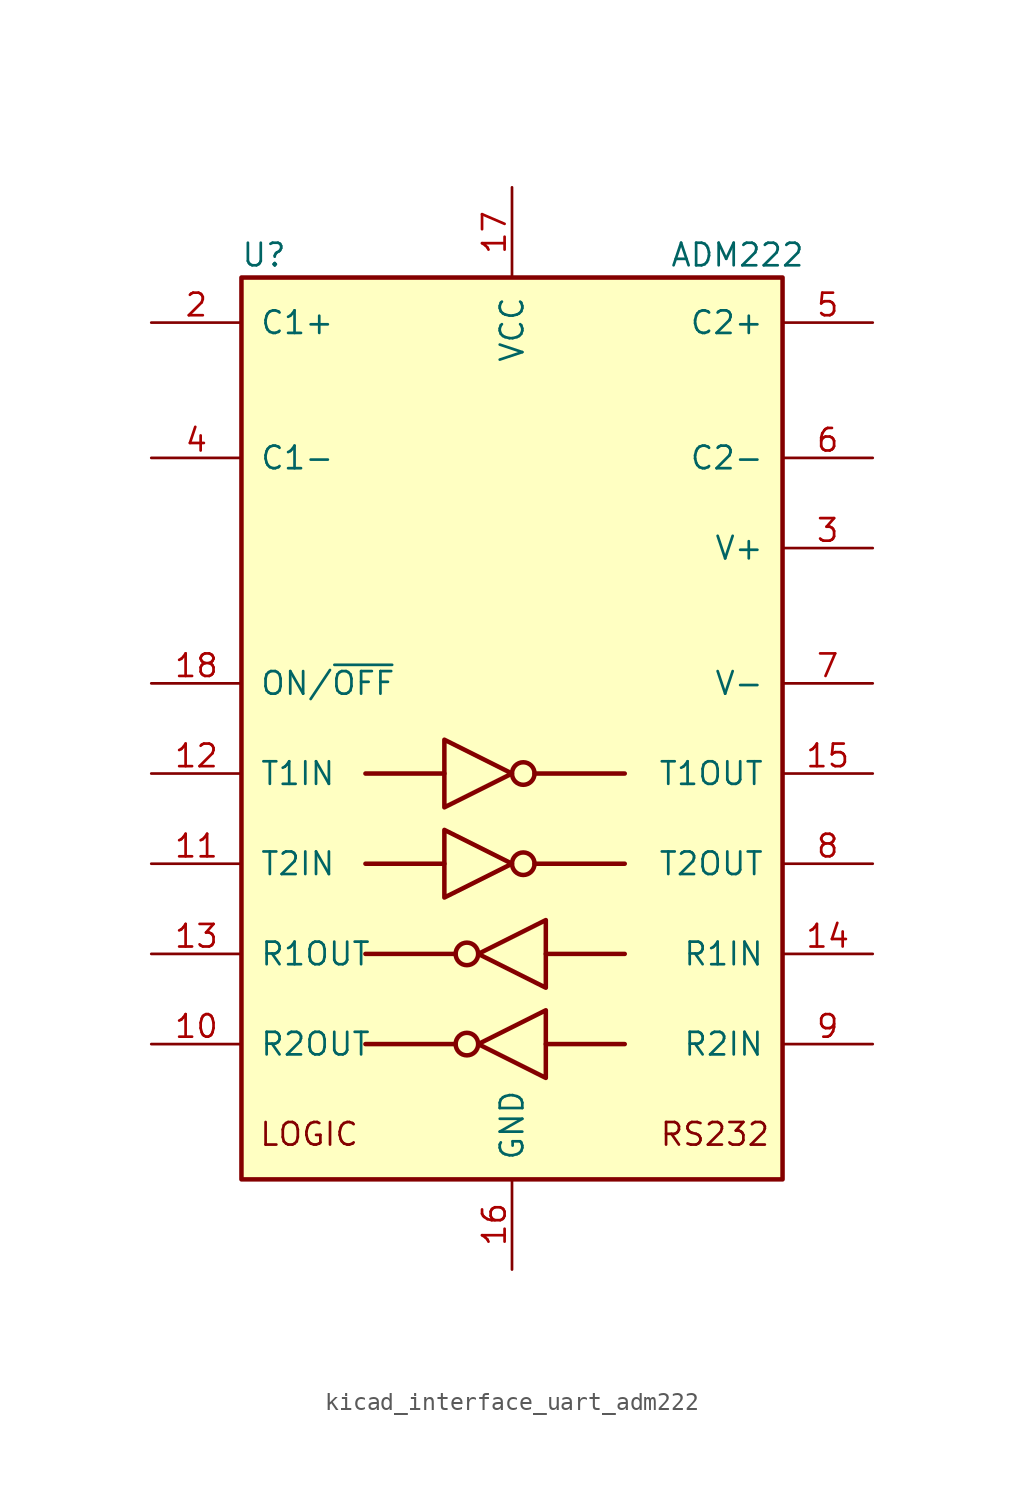
<source format=kicad_sym>
(kicad_symbol_lib
  (version 20220914)
  (generator kicad_symbol_editor)
  (symbol "kicad_interface_uart_adm222"
    (pin_names
      (offset 1.016))
    (property "Reference" "U"
      (at -13.97 26.67 0)
      (effects (font (size 1.27 1.27))))
    (property "Value" "ADM222"
      (at 12.7 26.67 0)
      (effects (font (size 1.27 1.27))))
    (symbol "kicad_interface_uart_adm222_0_0"
      (text "LOGIC" (at -11.43 -22.86 0) (effects (font (size 1.27 1.27))))
      (text "RS232" (at 11.43 -22.86 0) (effects (font (size 1.27 1.27)))))
    (symbol "kicad_interface_uart_adm222_0_1"
      (rectangle (start -15.24 -25.4) (end 15.24 25.4) (stroke (width 0.254) (type default)) (fill (type background)))
      (circle (center -2.54 -17.78) (radius 0.635) (stroke (width 0.254) (type default)) (fill (type none)))
      (circle (center -2.54 -12.7) (radius 0.635) (stroke (width 0.254) (type default)) (fill (type none)))
      (polyline (pts (xy -3.81 -7.62) (xy -8.255 -7.62)) (stroke (width 0.254) (type default)) (fill (type none)))
      (polyline (pts (xy -3.81 -2.54) (xy -8.255 -2.54)) (stroke (width 0.254) (type default)) (fill (type none)))
      (polyline (pts (xy -3.175 -17.78) (xy -8.255 -17.78)) (stroke (width 0.254) (type default)) (fill (type none)))
      (polyline (pts (xy -3.175 -12.7) (xy -8.255 -12.7)) (stroke (width 0.254) (type default)) (fill (type none)))
      (polyline (pts (xy 1.27 -7.62) (xy 6.35 -7.62)) (stroke (width 0.254) (type default)) (fill (type none)))
      (polyline (pts (xy 1.27 -2.54) (xy 6.35 -2.54)) (stroke (width 0.254) (type default)) (fill (type none)))
      (polyline (pts (xy 1.905 -17.78) (xy 6.35 -17.78)) (stroke (width 0.254) (type default)) (fill (type none)))
      (polyline (pts (xy 1.905 -12.7) (xy 6.35 -12.7)) (stroke (width 0.254) (type default)) (fill (type none)))
      (polyline (pts (xy -3.81 -5.715) (xy -3.81 -9.525) (xy 0 -7.62) (xy -3.81 -5.715)) (stroke (width 0.254) (type default)) (fill (type none)))
      (polyline (pts (xy -3.81 -0.635) (xy -3.81 -4.445) (xy 0 -2.54) (xy -3.81 -0.635)) (stroke (width 0.254) (type default)) (fill (type none)))
      (polyline (pts (xy 1.905 -15.875) (xy 1.905 -19.685) (xy -1.905 -17.78) (xy 1.905 -15.875)) (stroke (width 0.254) (type default)) (fill (type none)))
      (polyline (pts (xy 1.905 -10.795) (xy 1.905 -14.605) (xy -1.905 -12.7) (xy 1.905 -10.795)) (stroke (width 0.254) (type default)) (fill (type none)))
      (circle (center 0.635 -7.62) (radius 0.635) (stroke (width 0.254) (type default)) (fill (type none)))
      (circle (center 0.635 -2.54) (radius 0.635) (stroke (width 0.254) (type default)) (fill (type none))))
    (symbol "kicad_interface_uart_adm222_1_1"
      (pin no_connect line (at -15.24 5.08 0) (length 5.08) hide (name "NC" (effects (font (size 1.27 1.27)))) (number "1" (effects (font (size 1.27 1.27)))))
      (pin output line (at -20.32 -17.78 0) (length 5.08) (name "R2OUT" (effects (font (size 1.27 1.27)))) (number "10" (effects (font (size 1.27 1.27)))))
      (pin input line (at -20.32 -7.62 0) (length 5.08) (name "T2IN" (effects (font (size 1.27 1.27)))) (number "11" (effects (font (size 1.27 1.27)))))
      (pin input line (at -20.32 -2.54 0) (length 5.08) (name "T1IN" (effects (font (size 1.27 1.27)))) (number "12" (effects (font (size 1.27 1.27)))))
      (pin output line (at -20.32 -12.7 0) (length 5.08) (name "R1OUT" (effects (font (size 1.27 1.27)))) (number "13" (effects (font (size 1.27 1.27)))))
      (pin input line (at 20.32 -12.7 180) (length 5.08) (name "R1IN" (effects (font (size 1.27 1.27)))) (number "14" (effects (font (size 1.27 1.27)))))
      (pin output line (at 20.32 -2.54 180) (length 5.08) (name "T1OUT" (effects (font (size 1.27 1.27)))) (number "15" (effects (font (size 1.27 1.27)))))
      (pin power_in line (at 0 -30.48 90) (length 5.08) (name "GND" (effects (font (size 1.27 1.27)))) (number "16" (effects (font (size 1.27 1.27)))))
      (pin power_in line (at 0 30.48 270) (length 5.08) (name "VCC" (effects (font (size 1.27 1.27)))) (number "17" (effects (font (size 1.27 1.27)))))
      (pin input line (at -20.32 2.54 0) (length 5.08) (name "ON/~{OFF}" (effects (font (size 1.27 1.27)))) (number "18" (effects (font (size 1.27 1.27)))))
      (pin passive line (at -20.32 22.86 0) (length 5.08) (name "C1+" (effects (font (size 1.27 1.27)))) (number "2" (effects (font (size 1.27 1.27)))))
      (pin power_out line (at 20.32 10.16 180) (length 5.08) (name "V+" (effects (font (size 1.27 1.27)))) (number "3" (effects (font (size 1.27 1.27)))))
      (pin passive line (at -20.32 15.24 0) (length 5.08) (name "C1-" (effects (font (size 1.27 1.27)))) (number "4" (effects (font (size 1.27 1.27)))))
      (pin passive line (at 20.32 22.86 180) (length 5.08) (name "C2+" (effects (font (size 1.27 1.27)))) (number "5" (effects (font (size 1.27 1.27)))))
      (pin passive line (at 20.32 15.24 180) (length 5.08) (name "C2-" (effects (font (size 1.27 1.27)))) (number "6" (effects (font (size 1.27 1.27)))))
      (pin power_out line (at 20.32 2.54 180) (length 5.08) (name "V-" (effects (font (size 1.27 1.27)))) (number "7" (effects (font (size 1.27 1.27)))))
      (pin output line (at 20.32 -7.62 180) (length 5.08) (name "T2OUT" (effects (font (size 1.27 1.27)))) (number "8" (effects (font (size 1.27 1.27)))))
      (pin input line (at 20.32 -17.78 180) (length 5.08) (name "R2IN" (effects (font (size 1.27 1.27)))) (number "9" (effects (font (size 1.27 1.27))))))))
</source>
